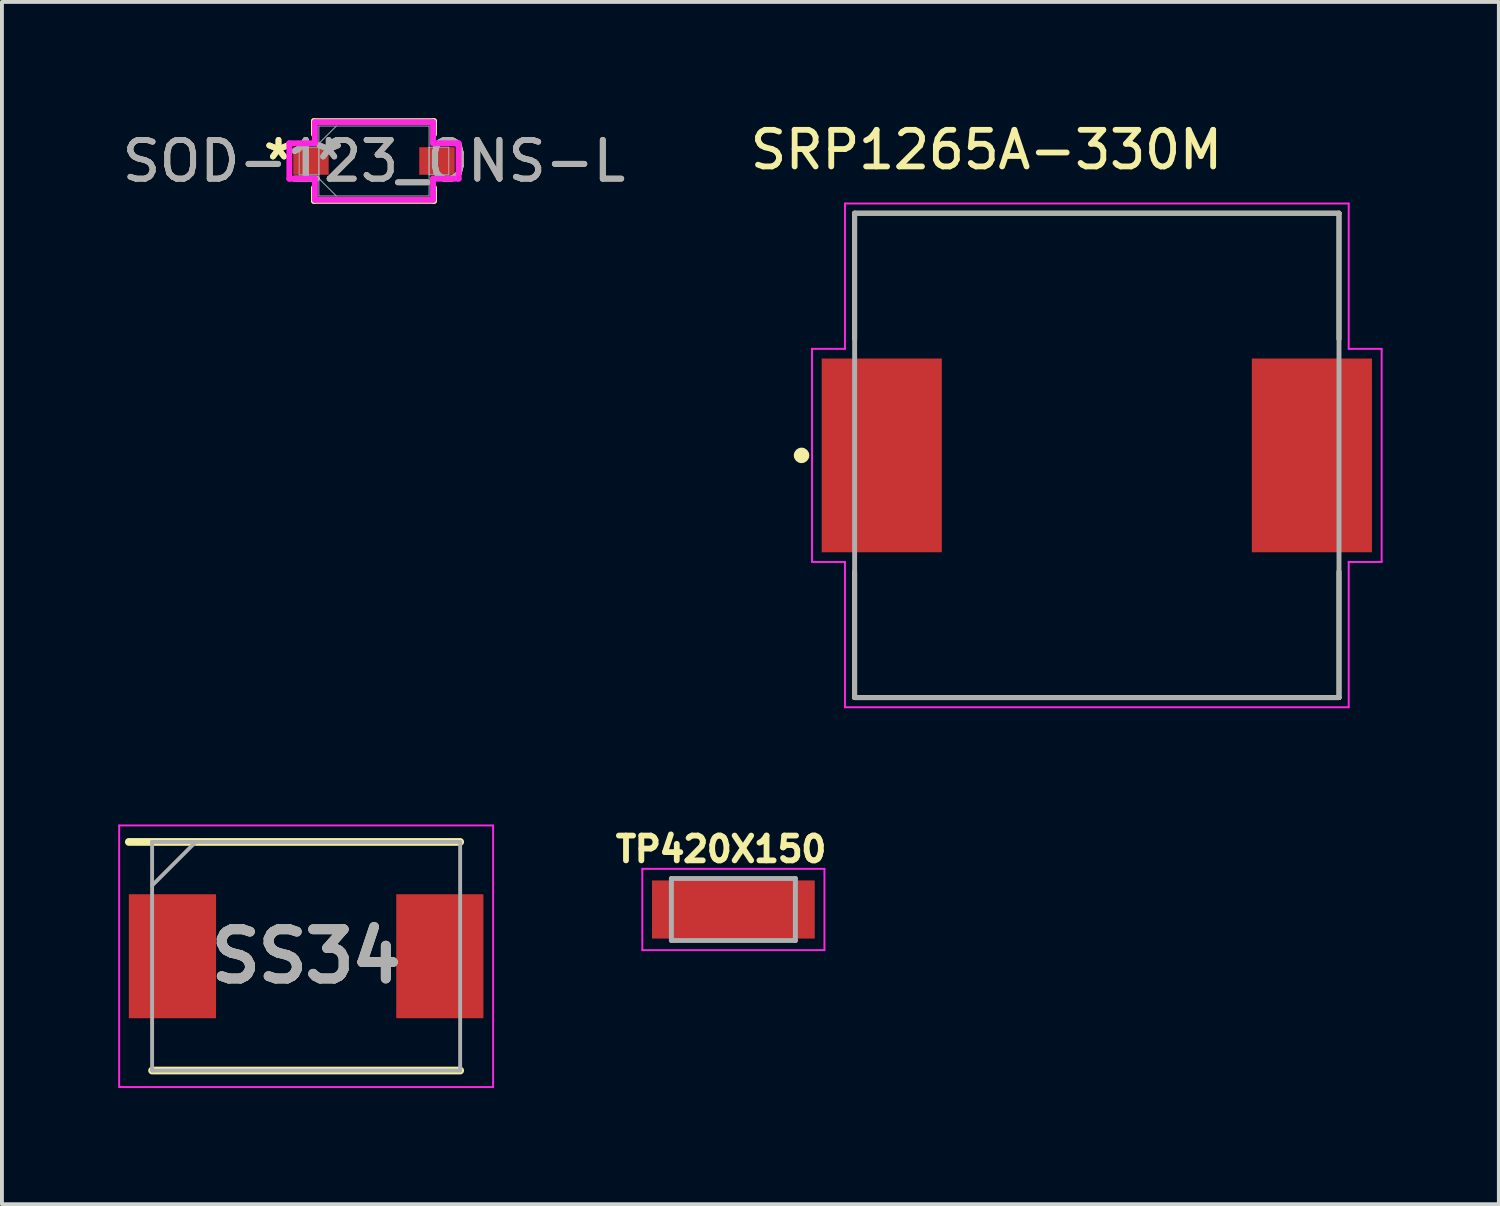
<source format=kicad_pcb>
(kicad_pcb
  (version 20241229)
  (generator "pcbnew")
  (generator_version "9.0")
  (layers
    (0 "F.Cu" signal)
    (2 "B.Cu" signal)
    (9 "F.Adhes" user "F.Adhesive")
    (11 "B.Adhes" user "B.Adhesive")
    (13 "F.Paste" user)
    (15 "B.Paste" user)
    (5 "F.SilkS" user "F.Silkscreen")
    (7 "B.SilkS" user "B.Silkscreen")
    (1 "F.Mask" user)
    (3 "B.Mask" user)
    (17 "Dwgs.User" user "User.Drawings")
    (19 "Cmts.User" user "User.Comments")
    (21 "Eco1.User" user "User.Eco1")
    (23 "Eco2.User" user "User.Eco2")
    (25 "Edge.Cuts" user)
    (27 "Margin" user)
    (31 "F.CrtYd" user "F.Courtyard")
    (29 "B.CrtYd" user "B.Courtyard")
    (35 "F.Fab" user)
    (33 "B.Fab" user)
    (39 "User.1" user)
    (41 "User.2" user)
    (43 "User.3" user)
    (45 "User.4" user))
  (footprint "TP420X150"
    (layer "F.Cu")
    (at 15.876 20.421)
    (property "Reference" "TP420X150" (at -0.318 -1.556 0) (layer "F.SilkS") (effects (font (size 0.64 0.64) (thickness 0.15))))
    (attr smd)
    (fp_line (start -2.35 -1.05) (end -2.35 1.05) (stroke (width 0.05) (type solid)) (layer "F.CrtYd"))
    (fp_line (start -2.35 1.05) (end 2.35 1.05) (stroke (width 0.05) (type solid)) (layer "F.CrtYd"))
    (fp_line (start 2.35 -1.05) (end -2.35 -1.05) (stroke (width 0.05) (type solid)) (layer "F.CrtYd"))
    (fp_line (start 2.35 1.05) (end 2.35 -1.05) (stroke (width 0.05) (type solid)) (layer "F.CrtYd"))
    (fp_line (start -1.6 -0.8) (end 1.6 -0.8) (stroke (width 0.127) (type solid)) (layer "F.Fab"))
    (fp_line (start -1.6 0.8) (end -1.6 -0.8) (stroke (width 0.127) (type solid)) (layer "F.Fab"))
    (fp_line (start 1.6 -0.8) (end 1.6 0.8) (stroke (width 0.127) (type solid)) (layer "F.Fab"))
    (fp_line (start 1.6 0.8) (end -1.6 0.8) (stroke (width 0.127) (type solid)) (layer "F.Fab"))
    (pad "1" smd rect (at 0 0) (size 4.2 1.5) (layers "F.Cu" "F.Mask" "F.Paste")))
  (footprint "SRP1265A-330M"
    (layer "F.Cu")
    (at 25.255 8.702)
    (property "Reference" "SRP1265A-330M" (at -2.848 -7.886 0) (layer "F.SilkS") (effects (font (size 0.945 0.945) (thickness 0.15))))
    (attr smd)
    (fp_line (start -6.25 -6.25) (end 6.25 -6.25) (stroke (width 0.127) (type solid)) (layer "F.SilkS"))
    (fp_line (start -6.25 -3) (end -6.25 -6.25) (stroke (width 0.127) (type solid)) (layer "F.SilkS"))
    (fp_line (start -6.25 6.25) (end -6.25 3) (stroke (width 0.127) (type solid)) (layer "F.SilkS"))
    (fp_line (start 6.25 -6.25) (end 6.25 -3) (stroke (width 0.127) (type solid)) (layer "F.SilkS"))
    (fp_line (start 6.25 3) (end 6.25 6.25) (stroke (width 0.127) (type solid)) (layer "F.SilkS"))
    (fp_line (start 6.25 6.25) (end -6.25 6.25) (stroke (width 0.127) (type solid)) (layer "F.SilkS"))
    (fp_circle (center -7.62 0) (end -7.52 0) (stroke (width 0.2) (type solid)) (fill no) (layer "F.SilkS"))
    (fp_line (start -7.35 -2.75) (end -6.5 -2.75) (stroke (width 0.05) (type solid)) (layer "F.CrtYd"))
    (fp_line (start -7.35 2.75) (end -7.35 -2.75) (stroke (width 0.05) (type solid)) (layer "F.CrtYd"))
    (fp_line (start -6.5 -6.5) (end 6.5 -6.5) (stroke (width 0.05) (type solid)) (layer "F.CrtYd"))
    (fp_line (start -6.5 -2.75) (end -6.5 -6.5) (stroke (width 0.05) (type solid)) (layer "F.CrtYd"))
    (fp_line (start -6.5 2.75) (end -7.35 2.75) (stroke (width 0.05) (type solid)) (layer "F.CrtYd"))
    (fp_line (start -6.5 6.5) (end -6.5 2.75) (stroke (width 0.05) (type solid)) (layer "F.CrtYd"))
    (fp_line (start 6.5 -6.5) (end 6.5 -2.75) (stroke (width 0.05) (type solid)) (layer "F.CrtYd"))
    (fp_line (start 6.5 -2.75) (end 7.35 -2.75) (stroke (width 0.05) (type solid)) (layer "F.CrtYd"))
    (fp_line (start 6.5 2.75) (end 6.5 6.5) (stroke (width 0.05) (type solid)) (layer "F.CrtYd"))
    (fp_line (start 6.5 6.5) (end -6.5 6.5) (stroke (width 0.05) (type solid)) (layer "F.CrtYd"))
    (fp_line (start 7.35 -2.75) (end 7.35 2.75) (stroke (width 0.05) (type solid)) (layer "F.CrtYd"))
    (fp_line (start 7.35 2.75) (end 6.5 2.75) (stroke (width 0.05) (type solid)) (layer "F.CrtYd"))
    (fp_line (start -6.25 -6.25) (end 6.25 -6.25) (stroke (width 0.127) (type solid)) (layer "F.Fab"))
    (fp_line (start -6.25 6.25) (end -6.25 -6.25) (stroke (width 0.127) (type solid)) (layer "F.Fab"))
    (fp_line (start 6.25 -6.25) (end 6.25 6.25) (stroke (width 0.127) (type solid)) (layer "F.Fab"))
    (fp_line (start 6.25 6.25) (end -6.25 6.25) (stroke (width 0.127) (type solid)) (layer "F.Fab"))
    (pad "1" smd rect (at -5.55 0) (size 3.1 5) (layers "F.Cu" "F.Mask" "F.Paste"))
    (pad "2" smd rect (at 5.55 0) (size 3.1 5) (layers "F.Cu" "F.Mask" "F.Paste")))
  (footprint "SS34"
    (layer "F.Cu")
    (at 4.85 21.627)
    (property "Reference" "SS34" (at 0 0 0) (layer "F.SilkS") (effects (font (size 1.27 1.27) (thickness 0.254))))
    (attr smd)
    (fp_line (start -3.975 2.95) (end 3.975 2.95) (stroke (width 0.2) (type solid)) (layer "F.SilkS"))
    (fp_line (start 3.975 -2.95) (end -4.575 -2.95) (stroke (width 0.2) (type solid)) (layer "F.SilkS"))
    (fp_line (start -4.825 -3.375) (end 4.825 -3.375) (stroke (width 0.05) (type solid)) (layer "F.CrtYd"))
    (fp_line (start -4.825 3.375) (end -4.825 -3.375) (stroke (width 0.05) (type solid)) (layer "F.CrtYd"))
    (fp_line (start 4.825 -3.375) (end 4.825 3.375) (stroke (width 0.05) (type solid)) (layer "F.CrtYd"))
    (fp_line (start 4.825 3.375) (end -4.825 3.375) (stroke (width 0.05) (type solid)) (layer "F.CrtYd"))
    (fp_line (start -3.975 -2.95) (end 3.975 -2.95) (stroke (width 0.1) (type solid)) (layer "F.Fab"))
    (fp_line (start -3.975 -1.825) (end -2.85 -2.95) (stroke (width 0.1) (type solid)) (layer "F.Fab"))
    (fp_line (start -3.975 2.95) (end -3.975 -2.95) (stroke (width 0.1) (type solid)) (layer "F.Fab"))
    (fp_line (start 3.975 -2.95) (end 3.975 2.95) (stroke (width 0.1) (type solid)) (layer "F.Fab"))
    (fp_line (start 3.975 2.95) (end -3.975 2.95) (stroke (width 0.1) (type solid)) (layer "F.Fab"))
    (fp_text user "${REFERENCE}" (at 0 0 0) (layer "F.Fab") (effects (font (size 1.27 1.27) (thickness 0.254))))
    (pad "1" smd rect (at -3.45 0) (size 2.25 3.2) (layers "F.Cu" "F.Mask" "F.Paste"))
    (pad "2" smd rect (at 3.45 0) (size 2.25 3.2) (layers "F.Cu" "F.Mask" "F.Paste")))
  (footprint "SOD-123_ONS-L"
    (layer "F.Cu")
    (at 6.601 1.105)
    (property "Reference" "SOD-123_ONS-L" (at 0 0 0) (unlocked yes) (layer "F.SilkS") (effects (font (size 1 1) (thickness 0.15))))
    (attr smd)
    (fp_line (start -1.549 -1.029) (end -1.549 -0.688) (stroke (width 0.152) (type solid)) (layer "F.SilkS"))
    (fp_line (start -1.549 0.688) (end -1.549 1.029) (stroke (width 0.152) (type solid)) (layer "F.SilkS"))
    (fp_line (start -1.549 1.029) (end 1.549 1.029) (stroke (width 0.152) (type solid)) (layer "F.SilkS"))
    (fp_line (start 1.549 -1.029) (end -1.549 -1.029) (stroke (width 0.152) (type solid)) (layer "F.SilkS"))
    (fp_line (start 1.549 -0.688) (end 1.549 -1.029) (stroke (width 0.152) (type solid)) (layer "F.SilkS"))
    (fp_line (start 1.549 1.029) (end 1.549 0.688) (stroke (width 0.152) (type solid)) (layer "F.SilkS"))
    (fp_line (start -2.184 -0.457) (end -1.524 -0.457) (stroke (width 0.152) (type solid)) (layer "F.CrtYd"))
    (fp_line (start -2.184 0.457) (end -2.184 -0.457) (stroke (width 0.152) (type solid)) (layer "F.CrtYd"))
    (fp_line (start -1.524 -1.003) (end 1.524 -1.003) (stroke (width 0.152) (type solid)) (layer "F.CrtYd"))
    (fp_line (start -1.524 -0.457) (end -1.524 -1.003) (stroke (width 0.152) (type solid)) (layer "F.CrtYd"))
    (fp_line (start -1.524 0.457) (end -2.184 0.457) (stroke (width 0.152) (type solid)) (layer "F.CrtYd"))
    (fp_line (start -1.524 1.003) (end -1.524 0.457) (stroke (width 0.152) (type solid)) (layer "F.CrtYd"))
    (fp_line (start 1.524 -1.003) (end 1.524 -0.457) (stroke (width 0.152) (type solid)) (layer "F.CrtYd"))
    (fp_line (start 1.524 -0.457) (end 2.184 -0.457) (stroke (width 0.152) (type solid)) (layer "F.CrtYd"))
    (fp_line (start 1.524 0.457) (end 1.524 1.003) (stroke (width 0.152) (type solid)) (layer "F.CrtYd"))
    (fp_line (start 1.524 1.003) (end -1.524 1.003) (stroke (width 0.152) (type solid)) (layer "F.CrtYd"))
    (fp_line (start 2.184 -0.457) (end 2.184 0.457) (stroke (width 0.152) (type solid)) (layer "F.CrtYd"))
    (fp_line (start 2.184 0.457) (end 1.524 0.457) (stroke (width 0.152) (type solid)) (layer "F.CrtYd"))
    (fp_line (start -1.93 -0.356) (end -1.93 0.356) (stroke (width 0.025) (type solid)) (layer "F.Fab"))
    (fp_line (start -1.93 0.356) (end -1.422 0.356) (stroke (width 0.025) (type solid)) (layer "F.Fab"))
    (fp_line (start -1.422 -0.902) (end -1.422 0.902) (stroke (width 0.025) (type solid)) (layer "F.Fab"))
    (fp_line (start -1.422 -0.451) (end -0.972 -0.902) (stroke (width 0.025) (type solid)) (layer "F.Fab"))
    (fp_line (start -1.422 -0.356) (end -1.93 -0.356) (stroke (width 0.025) (type solid)) (layer "F.Fab"))
    (fp_line (start -1.422 0.356) (end -1.422 -0.356) (stroke (width 0.025) (type solid)) (layer "F.Fab"))
    (fp_line (start -1.422 0.451) (end -0.972 0.902) (stroke (width 0.025) (type solid)) (layer "F.Fab"))
    (fp_line (start -1.422 0.902) (end 1.422 0.902) (stroke (width 0.025) (type solid)) (layer "F.Fab"))
    (fp_line (start 1.422 -0.902) (end -1.422 -0.902) (stroke (width 0.025) (type solid)) (layer "F.Fab"))
    (fp_line (start 1.422 -0.356) (end 1.422 0.356) (stroke (width 0.025) (type solid)) (layer "F.Fab"))
    (fp_line (start 1.422 0.356) (end 1.93 0.356) (stroke (width 0.025) (type solid)) (layer "F.Fab"))
    (fp_line (start 1.422 0.902) (end 1.422 -0.902) (stroke (width 0.025) (type solid)) (layer "F.Fab"))
    (fp_line (start 1.93 -0.356) (end 1.422 -0.356) (stroke (width 0.025) (type solid)) (layer "F.Fab"))
    (fp_line (start 1.93 0.356) (end 1.93 -0.356) (stroke (width 0.025) (type solid)) (layer "F.Fab"))
    (fp_text user "*" (at -2.464 0 0) (layer "F.SilkS") (effects (font (size 1 1) (thickness 0.15))))
    (fp_text user "*" (at -2.464 0 0) (unlocked yes) (layer "F.SilkS") (effects (font (size 1 1) (thickness 0.15))))
    (fp_text user "${REFERENCE}" (at 0 0 0) (unlocked yes) (layer "F.Fab") (effects (font (size 1 1) (thickness 0.15))))
    (fp_text user "*" (at -1.168 0 0) (unlocked yes) (layer "F.Fab") (effects (font (size 1 1) (thickness 0.15))))
    (fp_text user "*" (at -1.168 0 0) (layer "F.Fab") (effects (font (size 1 1) (thickness 0.15))))
    (pad "1" smd rect (at -1.626 0) (size 0.914 0.711) (layers "F.Cu" "F.Mask" "F.Paste"))
    (pad "2" smd rect (at 1.626 0) (size 0.914 0.711) (layers "F.Cu" "F.Mask" "F.Paste")))
  (gr_rect
    (start -3 -3)
    (end 35.63 28.027)
    (stroke (width 0.1) (type default))
    (fill no)
    (layer "Edge.Cuts")))
</source>
